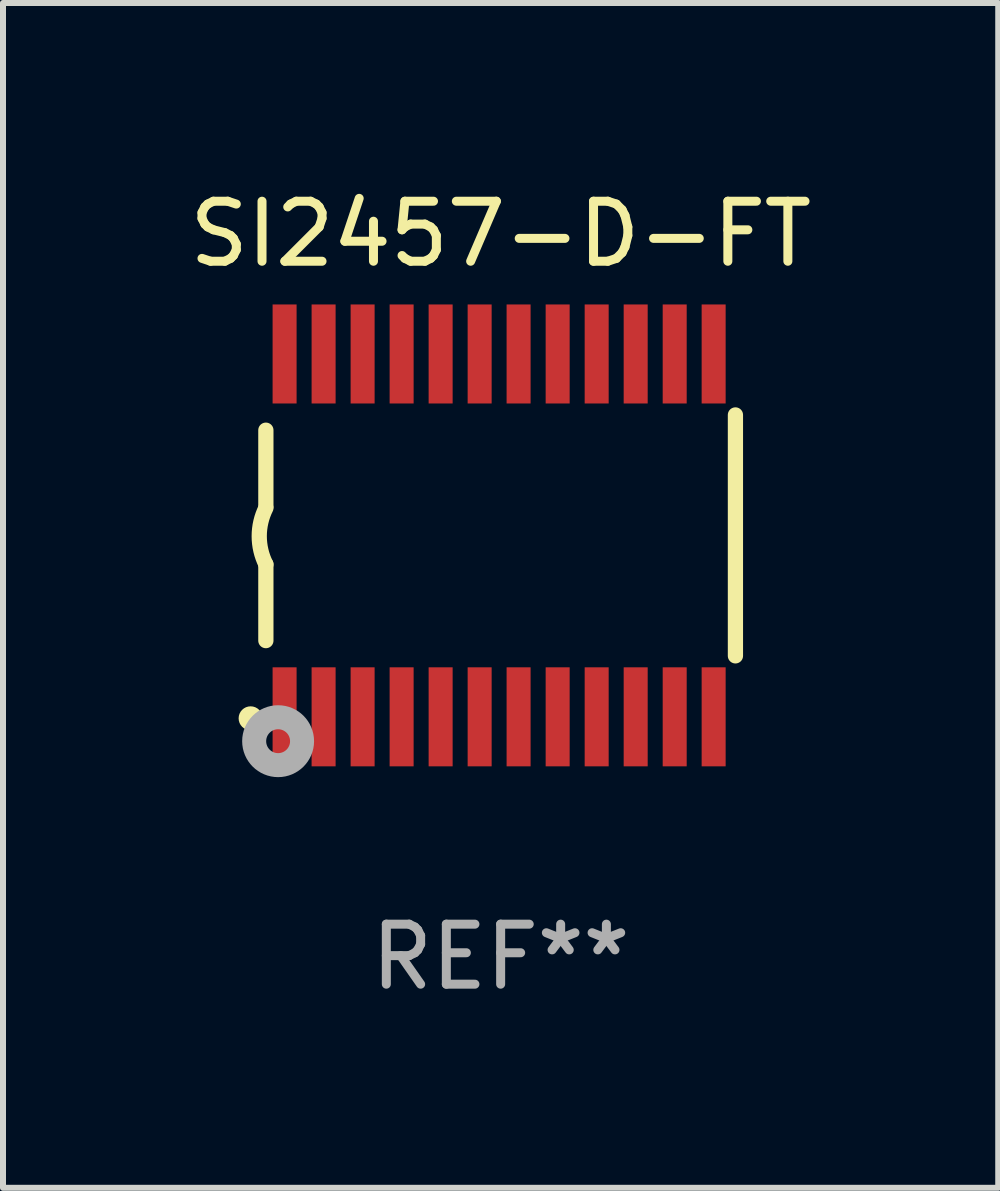
<source format=kicad_pcb>
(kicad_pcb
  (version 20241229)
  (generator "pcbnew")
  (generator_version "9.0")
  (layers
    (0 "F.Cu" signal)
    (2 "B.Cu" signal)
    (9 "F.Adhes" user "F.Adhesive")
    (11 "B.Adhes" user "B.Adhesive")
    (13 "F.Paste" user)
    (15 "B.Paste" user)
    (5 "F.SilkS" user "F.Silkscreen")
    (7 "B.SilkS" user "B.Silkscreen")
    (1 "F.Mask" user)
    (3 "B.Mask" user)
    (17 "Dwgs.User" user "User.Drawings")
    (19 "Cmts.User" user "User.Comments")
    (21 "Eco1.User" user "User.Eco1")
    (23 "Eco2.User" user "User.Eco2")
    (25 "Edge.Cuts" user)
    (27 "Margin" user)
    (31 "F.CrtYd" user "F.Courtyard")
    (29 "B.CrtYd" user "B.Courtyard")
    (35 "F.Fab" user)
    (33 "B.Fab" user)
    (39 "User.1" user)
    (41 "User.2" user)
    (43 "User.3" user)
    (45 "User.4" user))
  (footprint "SI2457-D-FT"
    (layer "F.Cu")
    (at 5.292 5.871)
    (property "Reference" "SI2457-D-FT" (at 0 -5.023 0) (layer "F.SilkS") (effects (font (size 1 1) (thickness 0.15))))
    (attr through_hole)
    (fp_line (start -3.912 -0.483) (end -3.912 -1.753) (stroke (width 0.254) (type solid)) (layer "F.SilkS"))
    (fp_line (start -3.912 1.753) (end -3.912 0.483) (stroke (width 0.254) (type solid)) (layer "F.SilkS"))
    (fp_line (start 3.912 -2.007) (end 3.912 2.007) (stroke (width 0.254) (type solid)) (layer "F.SilkS"))
    (fp_arc (start -3.911608 0.482601) (mid -4.022537 0.0127) (end -3.911608 -0.457201) (stroke (width 0.254001) (type solid)) (layer "F.SilkS"))
    (fp_circle (center -4.166 3.048) (end -4.066 3.048) (stroke (width 0.2) (type solid)) (fill no) (layer "F.SilkS"))
    (fp_circle (center -3.925 3.186) (end -3.895 3.186) (stroke (width 0.06) (type solid)) (fill no) (layer "F.SilkS"))
    (fp_circle (center -3.708 3.429) (end -3.509 3.429) (stroke (width 0.4) (type solid)) (fill no) (layer "F.Fab"))
    (fp_text user "REF**" (at 0 7.023 0) (layer "F.Fab") (effects (font (size 1 1) (thickness 0.15))))
    (pad "1" smd rect (at -3.6 3.023) (size 0.4 1.65) (layers "F.Cu" "F.Mask" "F.Paste"))
    (pad "2" smd rect (at -2.95 3.023) (size 0.4 1.65) (layers "F.Cu" "F.Mask" "F.Paste"))
    (pad "3" smd rect (at -2.3 3.023) (size 0.4 1.65) (layers "F.Cu" "F.Mask" "F.Paste"))
    (pad "4" smd rect (at -1.65 3.023) (size 0.4 1.65) (layers "F.Cu" "F.Mask" "F.Paste"))
    (pad "5" smd rect (at -1 3.023) (size 0.4 1.65) (layers "F.Cu" "F.Mask" "F.Paste"))
    (pad "6" smd rect (at -0.35 3.023) (size 0.4 1.65) (layers "F.Cu" "F.Mask" "F.Paste"))
    (pad "7" smd rect (at 0.299 3.023) (size 0.4 1.65) (layers "F.Cu" "F.Mask" "F.Paste"))
    (pad "8" smd rect (at 0.95 3.023) (size 0.4 1.65) (layers "F.Cu" "F.Mask" "F.Paste"))
    (pad "9" smd rect (at 1.6 3.023) (size 0.4 1.65) (layers "F.Cu" "F.Mask" "F.Paste"))
    (pad "10" smd rect (at 2.25 3.023) (size 0.4 1.65) (layers "F.Cu" "F.Mask" "F.Paste"))
    (pad "11" smd rect (at 2.9 3.023) (size 0.4 1.65) (layers "F.Cu" "F.Mask" "F.Paste"))
    (pad "12" smd rect (at 3.549 3.023) (size 0.4 1.65) (layers "F.Cu" "F.Mask" "F.Paste"))
    (pad "13" smd rect (at 3.549 -3.023) (size 0.4 1.65) (layers "F.Cu" "F.Mask" "F.Paste"))
    (pad "14" smd rect (at 2.9 -3.023) (size 0.4 1.65) (layers "F.Cu" "F.Mask" "F.Paste"))
    (pad "15" smd rect (at 2.25 -3.023) (size 0.4 1.65) (layers "F.Cu" "F.Mask" "F.Paste"))
    (pad "16" smd rect (at 1.6 -3.023) (size 0.4 1.65) (layers "F.Cu" "F.Mask" "F.Paste"))
    (pad "17" smd rect (at 0.95 -3.023) (size 0.4 1.65) (layers "F.Cu" "F.Mask" "F.Paste"))
    (pad "18" smd rect (at 0.299 -3.023) (size 0.4 1.65) (layers "F.Cu" "F.Mask" "F.Paste"))
    (pad "19" smd rect (at -0.35 -3.023) (size 0.4 1.65) (layers "F.Cu" "F.Mask" "F.Paste"))
    (pad "20" smd rect (at -1 -3.023) (size 0.4 1.65) (layers "F.Cu" "F.Mask" "F.Paste"))
    (pad "21" smd rect (at -1.65 -3.023) (size 0.4 1.65) (layers "F.Cu" "F.Mask" "F.Paste"))
    (pad "22" smd rect (at -2.3 -3.023) (size 0.4 1.65) (layers "F.Cu" "F.Mask" "F.Paste"))
    (pad "23" smd rect (at -2.95 -3.023) (size 0.4 1.65) (layers "F.Cu" "F.Mask" "F.Paste"))
    (pad "24" smd rect (at -3.6 -3.023) (size 0.4 1.65) (layers "F.Cu" "F.Mask" "F.Paste")))
  (gr_rect
    (start -3 -3)
    (end 13.583 16.742)
    (stroke (width 0.1) (type default))
    (fill no)
    (layer "Edge.Cuts")))
</source>
